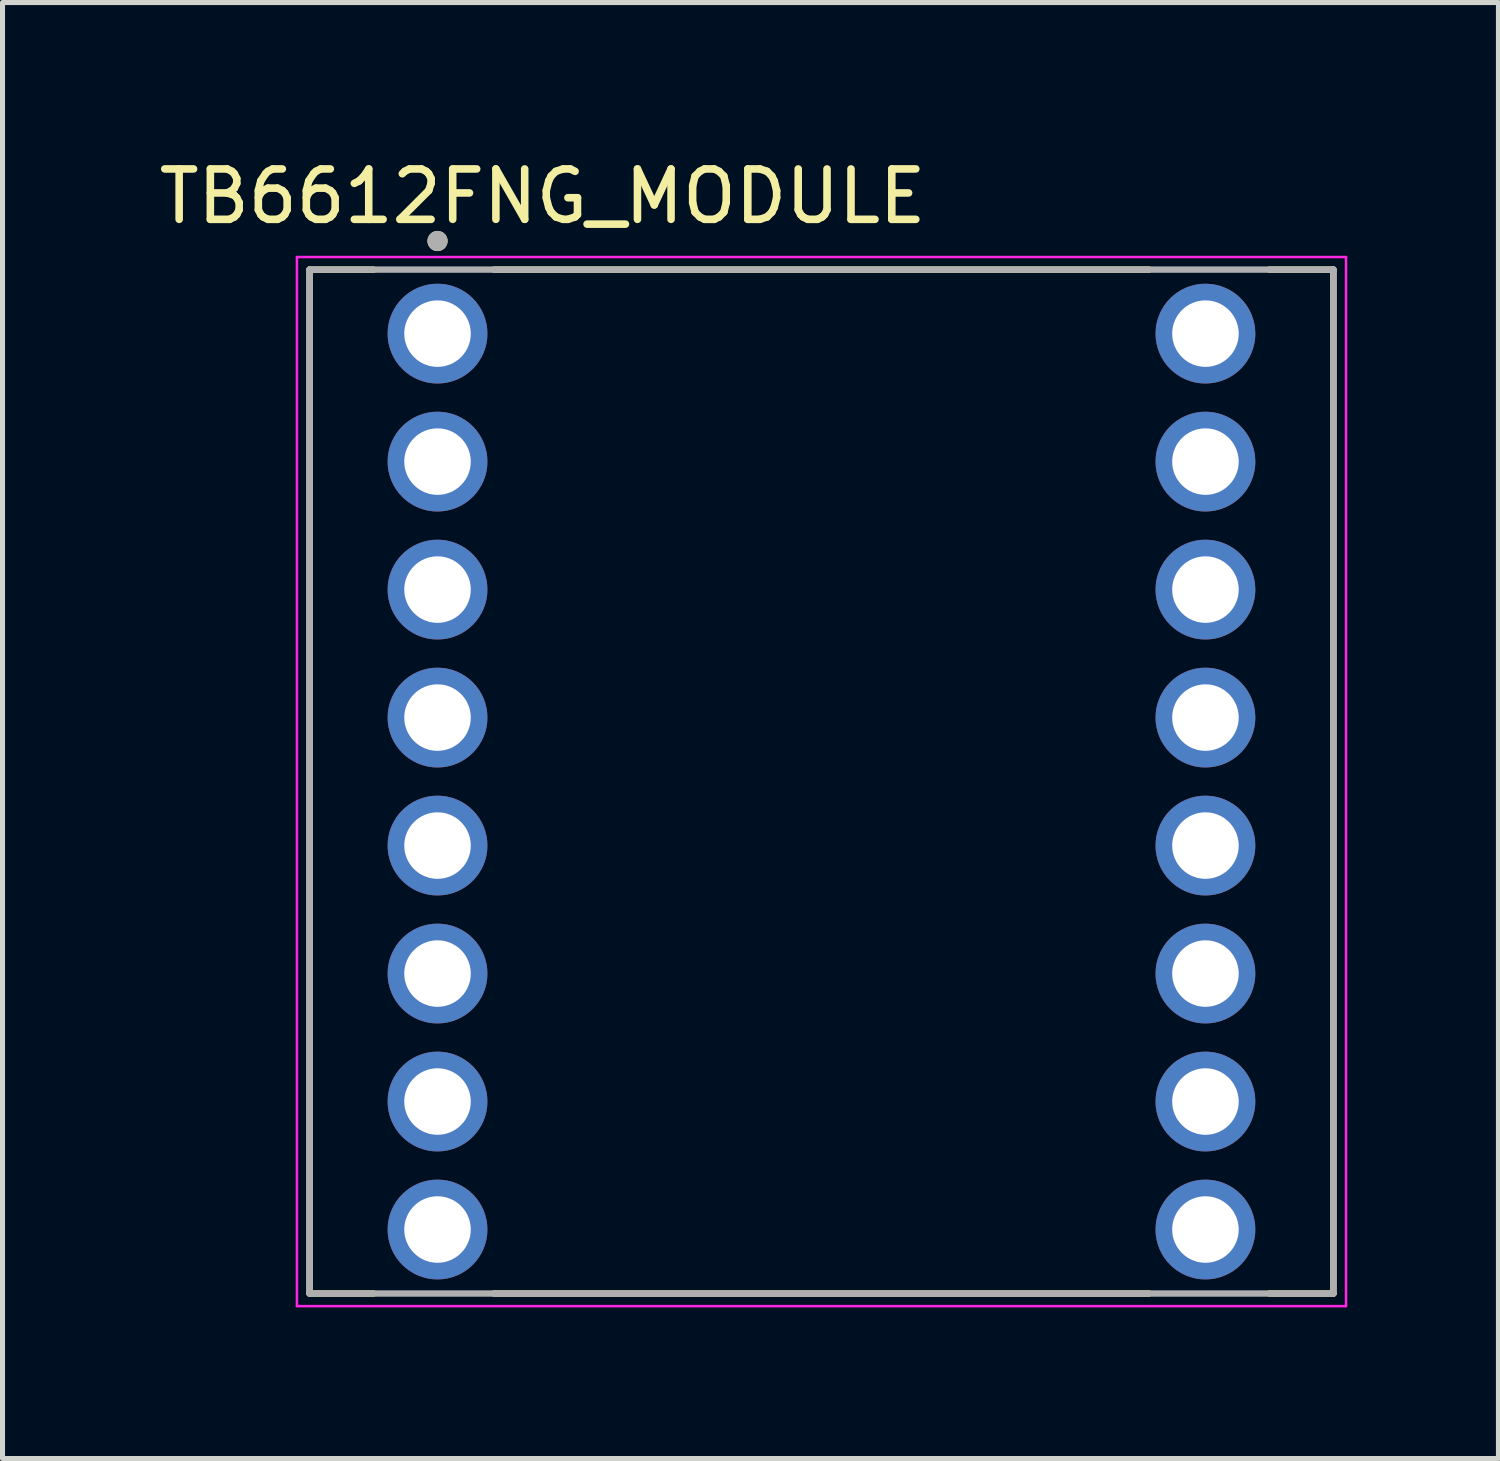
<source format=kicad_pcb>
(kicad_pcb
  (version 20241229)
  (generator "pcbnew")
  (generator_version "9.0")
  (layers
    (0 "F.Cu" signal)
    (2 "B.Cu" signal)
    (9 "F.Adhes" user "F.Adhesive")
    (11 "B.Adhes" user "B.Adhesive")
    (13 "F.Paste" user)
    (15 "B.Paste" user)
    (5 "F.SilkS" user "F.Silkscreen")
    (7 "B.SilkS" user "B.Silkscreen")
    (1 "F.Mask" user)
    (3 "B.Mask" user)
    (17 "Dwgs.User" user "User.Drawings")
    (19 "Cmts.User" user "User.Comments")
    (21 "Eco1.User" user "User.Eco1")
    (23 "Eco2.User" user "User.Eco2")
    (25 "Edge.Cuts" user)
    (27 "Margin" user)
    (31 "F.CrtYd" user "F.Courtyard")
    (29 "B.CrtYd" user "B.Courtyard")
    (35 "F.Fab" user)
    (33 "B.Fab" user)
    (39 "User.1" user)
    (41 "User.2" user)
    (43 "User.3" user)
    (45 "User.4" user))
  (footprint "TB6612FNG_MODULE"
    (layer "F.Cu")
    (at 13.253 12.461)
    (property "Reference" "TB6612FNG_MODULE" (at -5.533 -11.613 0) (layer "F.SilkS") (effects (font (size 1 1) (thickness 0.15))))
    (attr through_hole)
    (fp_line (start -10.16 -10.16) (end -10.16 10.16) (stroke (width 0.127) (type solid)) (layer "F.SilkS"))
    (fp_line (start -8.89 -10.16) (end -10.16 -10.16) (stroke (width 0.127) (type solid)) (layer "F.SilkS"))
    (fp_line (start -8.89 10.16) (end -10.16 10.16) (stroke (width 0.127) (type solid)) (layer "F.SilkS"))
    (fp_line (start -6.5 -10.16) (end 6.5 -10.16) (stroke (width 0.127) (type solid)) (layer "F.SilkS"))
    (fp_line (start -6.5 10.16) (end 6.5 10.16) (stroke (width 0.127) (type solid)) (layer "F.SilkS"))
    (fp_line (start 8.89 -10.16) (end 10.16 -10.16) (stroke (width 0.127) (type solid)) (layer "F.SilkS"))
    (fp_line (start 8.89 10.16) (end 10.16 10.16) (stroke (width 0.127) (type solid)) (layer "F.SilkS"))
    (fp_line (start 10.16 10.16) (end 10.16 -10.16) (stroke (width 0.127) (type solid)) (layer "F.SilkS"))
    (fp_circle (center -7.62 -10.728) (end -7.52 -10.728) (stroke (width 0.2) (type solid)) (fill no) (layer "F.SilkS"))
    (fp_line (start -10.41 -10.41) (end -10.41 10.41) (stroke (width 0.05) (type solid)) (layer "F.CrtYd"))
    (fp_line (start -10.41 10.41) (end 10.41 10.41) (stroke (width 0.05) (type solid)) (layer "F.CrtYd"))
    (fp_line (start 10.41 -10.41) (end -10.41 -10.41) (stroke (width 0.05) (type solid)) (layer "F.CrtYd"))
    (fp_line (start 10.41 10.41) (end 10.41 -10.41) (stroke (width 0.05) (type solid)) (layer "F.CrtYd"))
    (fp_line (start -10.16 -10.16) (end -10.16 10.16) (stroke (width 0.127) (type solid)) (layer "F.Fab"))
    (fp_line (start -10.16 10.16) (end 10.16 10.16) (stroke (width 0.127) (type solid)) (layer "F.Fab"))
    (fp_line (start 10.16 -10.16) (end -10.16 -10.16) (stroke (width 0.127) (type solid)) (layer "F.Fab"))
    (fp_line (start 10.16 10.16) (end 10.16 -10.16) (stroke (width 0.127) (type solid)) (layer "F.Fab"))
    (fp_circle (center -7.62 -10.728) (end -7.52 -10.728) (stroke (width 0.2) (type solid)) (fill no) (layer "F.Fab"))
    (pad "1" thru_hole circle (at -7.62 -8.89) (size 1.98 1.98) (drill 1.32) (layers "*.Cu" "*.Mask"))
    (pad "2" thru_hole circle (at -7.62 -6.35) (size 1.98 1.98) (drill 1.32) (layers "*.Cu" "*.Mask"))
    (pad "3" thru_hole circle (at -7.62 -3.81) (size 1.98 1.98) (drill 1.32) (layers "*.Cu" "*.Mask"))
    (pad "4" thru_hole circle (at -7.62 -1.27) (size 1.98 1.98) (drill 1.32) (layers "*.Cu" "*.Mask"))
    (pad "5" thru_hole circle (at -7.62 1.27) (size 1.98 1.98) (drill 1.32) (layers "*.Cu" "*.Mask"))
    (pad "6" thru_hole circle (at -7.62 3.81) (size 1.98 1.98) (drill 1.32) (layers "*.Cu" "*.Mask"))
    (pad "7" thru_hole circle (at -7.62 6.35) (size 1.98 1.98) (drill 1.32) (layers "*.Cu" "*.Mask"))
    (pad "8" thru_hole circle (at -7.62 8.89) (size 1.98 1.98) (drill 1.32) (layers "*.Cu" "*.Mask"))
    (pad "9" thru_hole circle (at 7.62 8.89) (size 1.98 1.98) (drill 1.32) (layers "*.Cu" "*.Mask"))
    (pad "10" thru_hole circle (at 7.62 6.35) (size 1.98 1.98) (drill 1.32) (layers "*.Cu" "*.Mask"))
    (pad "11" thru_hole circle (at 7.62 3.81) (size 1.98 1.98) (drill 1.32) (layers "*.Cu" "*.Mask"))
    (pad "12" thru_hole circle (at 7.62 1.27) (size 1.98 1.98) (drill 1.32) (layers "*.Cu" "*.Mask"))
    (pad "13" thru_hole circle (at 7.62 -1.27) (size 1.98 1.98) (drill 1.32) (layers "*.Cu" "*.Mask"))
    (pad "14" thru_hole circle (at 7.62 -3.81) (size 1.98 1.98) (drill 1.32) (layers "*.Cu" "*.Mask"))
    (pad "15" thru_hole circle (at 7.62 -6.35) (size 1.98 1.98) (drill 1.32) (layers "*.Cu" "*.Mask"))
    (pad "16" thru_hole circle (at 7.62 -8.89) (size 1.98 1.98) (drill 1.32) (layers "*.Cu" "*.Mask")))
  (gr_rect
    (start -3 -3)
    (end 26.688 25.896)
    (stroke (width 0.1) (type default))
    (fill no)
    (layer "Edge.Cuts")))
</source>
